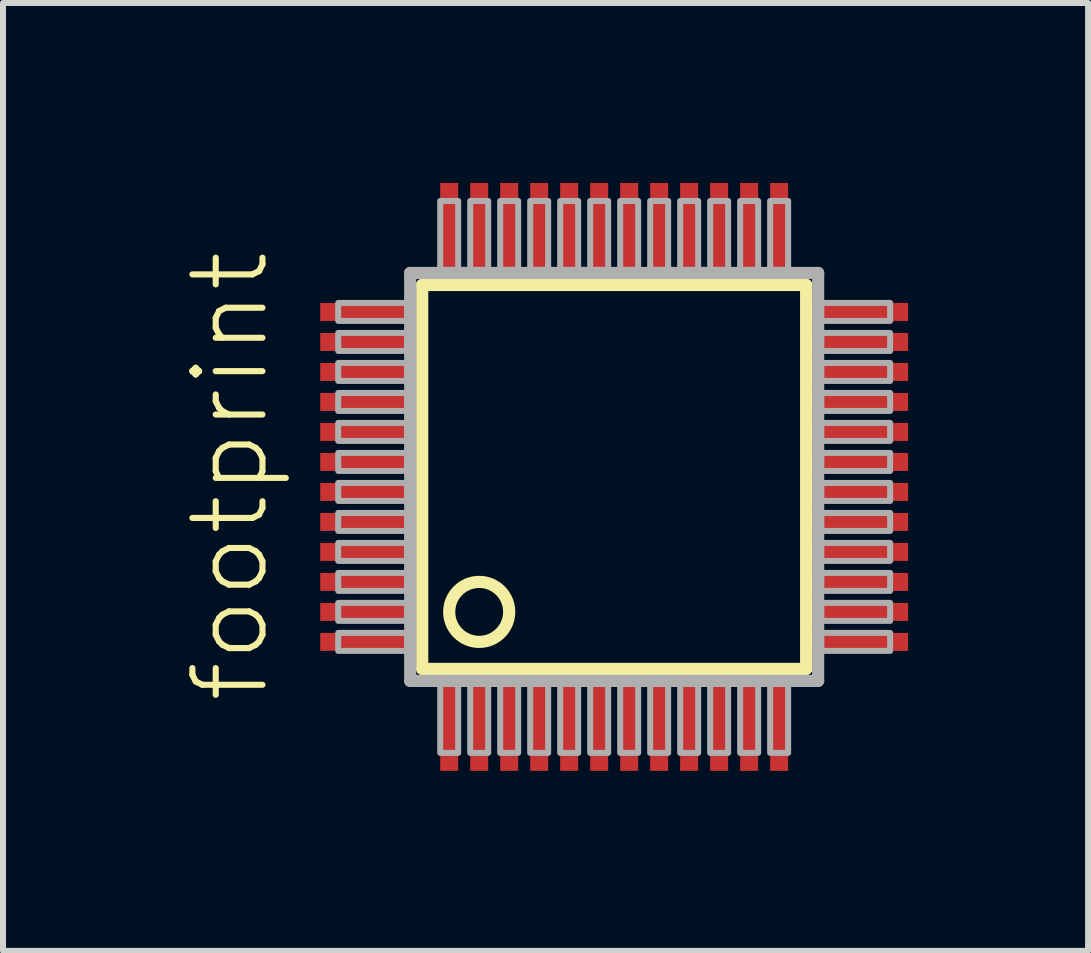
<source format=kicad_pcb>
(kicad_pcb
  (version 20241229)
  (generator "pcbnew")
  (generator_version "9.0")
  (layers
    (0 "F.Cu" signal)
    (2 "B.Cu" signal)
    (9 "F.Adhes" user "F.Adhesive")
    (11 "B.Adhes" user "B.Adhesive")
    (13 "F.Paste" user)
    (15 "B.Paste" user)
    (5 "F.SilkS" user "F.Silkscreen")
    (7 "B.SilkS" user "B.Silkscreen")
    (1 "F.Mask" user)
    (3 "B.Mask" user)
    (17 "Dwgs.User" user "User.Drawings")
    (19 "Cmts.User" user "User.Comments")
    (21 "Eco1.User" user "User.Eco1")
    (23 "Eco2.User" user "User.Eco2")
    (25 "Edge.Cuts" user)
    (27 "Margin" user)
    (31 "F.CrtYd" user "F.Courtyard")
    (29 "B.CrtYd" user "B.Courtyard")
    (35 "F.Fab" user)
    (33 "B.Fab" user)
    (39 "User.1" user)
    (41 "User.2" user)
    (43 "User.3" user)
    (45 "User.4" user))
  (footprint "footprint"
    (layer "F.Cu")
    (at 7.188 4.9)
    (property "Reference" "footprint" (at -5.715 3.81 90) (layer "F.SilkS") (effects (font (size 1.168 1.168) (thickness 0.102)) (justify left bottom)))
    (fp_line (start -3.2 -3.2) (end 3.2 -3.2) (stroke (width 0.203) (type solid)) (layer "F.SilkS"))
    (fp_line (start -3.2 3.2) (end -3.2 -3.2) (stroke (width 0.203) (type solid)) (layer "F.SilkS"))
    (fp_line (start 3.2 -3.2) (end 3.2 3.2) (stroke (width 0.203) (type solid)) (layer "F.SilkS"))
    (fp_line (start 3.2 3.2) (end -3.2 3.2) (stroke (width 0.203) (type solid)) (layer "F.SilkS"))
    (fp_circle (center -2.25 2.25) (end -1.75 2.25) (stroke (width 0.203) (type solid)) (fill no) (layer "F.SilkS"))
    (fp_line (start -3.4 -3.4) (end -3.4 3.4) (stroke (width 0.203) (type solid)) (layer "F.Fab"))
    (fp_line (start -3.4 3.4) (end 3.4 3.4) (stroke (width 0.203) (type solid)) (layer "F.Fab"))
    (fp_line (start 3.4 -3.4) (end -3.4 -3.4) (stroke (width 0.203) (type solid)) (layer "F.Fab"))
    (fp_line (start 3.4 3.4) (end 3.4 -3.4) (stroke (width 0.203) (type solid)) (layer "F.Fab"))
    (fp_poly (pts (xy -4.6 -2.6) (xy -3.45 -2.6) (xy -3.45 -2.9) (xy -4.6 -2.9)) (stroke (width 0.1) (type solid)) (fill no) (layer "F.Fab"))
    (fp_poly (pts (xy -4.6 -2.1) (xy -3.45 -2.1) (xy -3.45 -2.4) (xy -4.6 -2.4)) (stroke (width 0.1) (type solid)) (fill no) (layer "F.Fab"))
    (fp_poly (pts (xy -4.6 -1.6) (xy -3.45 -1.6) (xy -3.45 -1.9) (xy -4.6 -1.9)) (stroke (width 0.1) (type solid)) (fill no) (layer "F.Fab"))
    (fp_poly (pts (xy -4.6 -1.1) (xy -3.45 -1.1) (xy -3.45 -1.4) (xy -4.6 -1.4)) (stroke (width 0.1) (type solid)) (fill no) (layer "F.Fab"))
    (fp_poly (pts (xy -4.6 -0.6) (xy -3.45 -0.6) (xy -3.45 -0.9) (xy -4.6 -0.9)) (stroke (width 0.1) (type solid)) (fill no) (layer "F.Fab"))
    (fp_poly (pts (xy -4.6 -0.1) (xy -3.45 -0.1) (xy -3.45 -0.4) (xy -4.6 -0.4)) (stroke (width 0.1) (type solid)) (fill no) (layer "F.Fab"))
    (fp_poly (pts (xy -4.6 0.4) (xy -3.45 0.4) (xy -3.45 0.1) (xy -4.6 0.1)) (stroke (width 0.1) (type solid)) (fill no) (layer "F.Fab"))
    (fp_poly (pts (xy -4.6 0.9) (xy -3.45 0.9) (xy -3.45 0.6) (xy -4.6 0.6)) (stroke (width 0.1) (type solid)) (fill no) (layer "F.Fab"))
    (fp_poly (pts (xy -4.6 1.4) (xy -3.45 1.4) (xy -3.45 1.1) (xy -4.6 1.1)) (stroke (width 0.1) (type solid)) (fill no) (layer "F.Fab"))
    (fp_poly (pts (xy -4.6 1.9) (xy -3.45 1.9) (xy -3.45 1.6) (xy -4.6 1.6)) (stroke (width 0.1) (type solid)) (fill no) (layer "F.Fab"))
    (fp_poly (pts (xy -4.6 2.4) (xy -3.45 2.4) (xy -3.45 2.1) (xy -4.6 2.1)) (stroke (width 0.1) (type solid)) (fill no) (layer "F.Fab"))
    (fp_poly (pts (xy -4.6 2.9) (xy -3.45 2.9) (xy -3.45 2.6) (xy -4.6 2.6)) (stroke (width 0.1) (type solid)) (fill no) (layer "F.Fab"))
    (fp_poly (pts (xy -2.9 -3.45) (xy -2.6 -3.45) (xy -2.6 -4.6) (xy -2.9 -4.6)) (stroke (width 0.1) (type solid)) (fill no) (layer "F.Fab"))
    (fp_poly (pts (xy -2.9 4.6) (xy -2.6 4.6) (xy -2.6 3.45) (xy -2.9 3.45)) (stroke (width 0.1) (type solid)) (fill no) (layer "F.Fab"))
    (fp_poly (pts (xy -2.4 -3.45) (xy -2.1 -3.45) (xy -2.1 -4.6) (xy -2.4 -4.6)) (stroke (width 0.1) (type solid)) (fill no) (layer "F.Fab"))
    (fp_poly (pts (xy -2.4 4.6) (xy -2.1 4.6) (xy -2.1 3.45) (xy -2.4 3.45)) (stroke (width 0.1) (type solid)) (fill no) (layer "F.Fab"))
    (fp_poly (pts (xy -1.9 -3.45) (xy -1.6 -3.45) (xy -1.6 -4.6) (xy -1.9 -4.6)) (stroke (width 0.1) (type solid)) (fill no) (layer "F.Fab"))
    (fp_poly (pts (xy -1.9 4.6) (xy -1.6 4.6) (xy -1.6 3.45) (xy -1.9 3.45)) (stroke (width 0.1) (type solid)) (fill no) (layer "F.Fab"))
    (fp_poly (pts (xy -1.4 -3.45) (xy -1.1 -3.45) (xy -1.1 -4.6) (xy -1.4 -4.6)) (stroke (width 0.1) (type solid)) (fill no) (layer "F.Fab"))
    (fp_poly (pts (xy -1.4 4.6) (xy -1.1 4.6) (xy -1.1 3.45) (xy -1.4 3.45)) (stroke (width 0.1) (type solid)) (fill no) (layer "F.Fab"))
    (fp_poly (pts (xy -0.9 -3.45) (xy -0.6 -3.45) (xy -0.6 -4.6) (xy -0.9 -4.6)) (stroke (width 0.1) (type solid)) (fill no) (layer "F.Fab"))
    (fp_poly (pts (xy -0.9 4.6) (xy -0.6 4.6) (xy -0.6 3.45) (xy -0.9 3.45)) (stroke (width 0.1) (type solid)) (fill no) (layer "F.Fab"))
    (fp_poly (pts (xy -0.4 -3.45) (xy -0.1 -3.45) (xy -0.1 -4.6) (xy -0.4 -4.6)) (stroke (width 0.1) (type solid)) (fill no) (layer "F.Fab"))
    (fp_poly (pts (xy -0.4 4.6) (xy -0.1 4.6) (xy -0.1 3.45) (xy -0.4 3.45)) (stroke (width 0.1) (type solid)) (fill no) (layer "F.Fab"))
    (fp_poly (pts (xy 0.1 -3.45) (xy 0.4 -3.45) (xy 0.4 -4.6) (xy 0.1 -4.6)) (stroke (width 0.1) (type solid)) (fill no) (layer "F.Fab"))
    (fp_poly (pts (xy 0.1 4.6) (xy 0.4 4.6) (xy 0.4 3.45) (xy 0.1 3.45)) (stroke (width 0.1) (type solid)) (fill no) (layer "F.Fab"))
    (fp_poly (pts (xy 0.6 -3.45) (xy 0.9 -3.45) (xy 0.9 -4.6) (xy 0.6 -4.6)) (stroke (width 0.1) (type solid)) (fill no) (layer "F.Fab"))
    (fp_poly (pts (xy 0.6 4.6) (xy 0.9 4.6) (xy 0.9 3.45) (xy 0.6 3.45)) (stroke (width 0.1) (type solid)) (fill no) (layer "F.Fab"))
    (fp_poly (pts (xy 1.1 -3.45) (xy 1.4 -3.45) (xy 1.4 -4.6) (xy 1.1 -4.6)) (stroke (width 0.1) (type solid)) (fill no) (layer "F.Fab"))
    (fp_poly (pts (xy 1.1 4.6) (xy 1.4 4.6) (xy 1.4 3.45) (xy 1.1 3.45)) (stroke (width 0.1) (type solid)) (fill no) (layer "F.Fab"))
    (fp_poly (pts (xy 1.6 -3.45) (xy 1.9 -3.45) (xy 1.9 -4.6) (xy 1.6 -4.6)) (stroke (width 0.1) (type solid)) (fill no) (layer "F.Fab"))
    (fp_poly (pts (xy 1.6 4.6) (xy 1.9 4.6) (xy 1.9 3.45) (xy 1.6 3.45)) (stroke (width 0.1) (type solid)) (fill no) (layer "F.Fab"))
    (fp_poly (pts (xy 2.1 -3.45) (xy 2.4 -3.45) (xy 2.4 -4.6) (xy 2.1 -4.6)) (stroke (width 0.1) (type solid)) (fill no) (layer "F.Fab"))
    (fp_poly (pts (xy 2.1 4.6) (xy 2.4 4.6) (xy 2.4 3.45) (xy 2.1 3.45)) (stroke (width 0.1) (type solid)) (fill no) (layer "F.Fab"))
    (fp_poly (pts (xy 2.6 -3.45) (xy 2.9 -3.45) (xy 2.9 -4.6) (xy 2.6 -4.6)) (stroke (width 0.1) (type solid)) (fill no) (layer "F.Fab"))
    (fp_poly (pts (xy 2.6 4.6) (xy 2.9 4.6) (xy 2.9 3.45) (xy 2.6 3.45)) (stroke (width 0.1) (type solid)) (fill no) (layer "F.Fab"))
    (fp_poly (pts (xy 3.45 -2.6) (xy 4.6 -2.6) (xy 4.6 -2.9) (xy 3.45 -2.9)) (stroke (width 0.1) (type solid)) (fill no) (layer "F.Fab"))
    (fp_poly (pts (xy 3.45 -2.1) (xy 4.6 -2.1) (xy 4.6 -2.4) (xy 3.45 -2.4)) (stroke (width 0.1) (type solid)) (fill no) (layer "F.Fab"))
    (fp_poly (pts (xy 3.45 -1.6) (xy 4.6 -1.6) (xy 4.6 -1.9) (xy 3.45 -1.9)) (stroke (width 0.1) (type solid)) (fill no) (layer "F.Fab"))
    (fp_poly (pts (xy 3.45 -1.1) (xy 4.6 -1.1) (xy 4.6 -1.4) (xy 3.45 -1.4)) (stroke (width 0.1) (type solid)) (fill no) (layer "F.Fab"))
    (fp_poly (pts (xy 3.45 -0.6) (xy 4.6 -0.6) (xy 4.6 -0.9) (xy 3.45 -0.9)) (stroke (width 0.1) (type solid)) (fill no) (layer "F.Fab"))
    (fp_poly (pts (xy 3.45 -0.1) (xy 4.6 -0.1) (xy 4.6 -0.4) (xy 3.45 -0.4)) (stroke (width 0.1) (type solid)) (fill no) (layer "F.Fab"))
    (fp_poly (pts (xy 3.45 0.4) (xy 4.6 0.4) (xy 4.6 0.1) (xy 3.45 0.1)) (stroke (width 0.1) (type solid)) (fill no) (layer "F.Fab"))
    (fp_poly (pts (xy 3.45 0.9) (xy 4.6 0.9) (xy 4.6 0.6) (xy 3.45 0.6)) (stroke (width 0.1) (type solid)) (fill no) (layer "F.Fab"))
    (fp_poly (pts (xy 3.45 1.4) (xy 4.6 1.4) (xy 4.6 1.1) (xy 3.45 1.1)) (stroke (width 0.1) (type solid)) (fill no) (layer "F.Fab"))
    (fp_poly (pts (xy 3.45 1.9) (xy 4.6 1.9) (xy 4.6 1.6) (xy 3.45 1.6)) (stroke (width 0.1) (type solid)) (fill no) (layer "F.Fab"))
    (fp_poly (pts (xy 3.45 2.4) (xy 4.6 2.4) (xy 4.6 2.1) (xy 3.45 2.1)) (stroke (width 0.1) (type solid)) (fill no) (layer "F.Fab"))
    (fp_poly (pts (xy 3.45 2.9) (xy 4.6 2.9) (xy 4.6 2.6) (xy 3.45 2.6)) (stroke (width 0.1) (type solid)) (fill no) (layer "F.Fab"))
    (pad "1" smd rect (at -2.75 4.1) (size 0.3 1.6) (layers "F.Cu" "F.Mask" "F.Paste"))
    (pad "2" smd rect (at -2.25 4.1) (size 0.3 1.6) (layers "F.Cu" "F.Mask" "F.Paste"))
    (pad "3" smd rect (at -1.75 4.1) (size 0.3 1.6) (layers "F.Cu" "F.Mask" "F.Paste"))
    (pad "4" smd rect (at -1.25 4.1) (size 0.3 1.6) (layers "F.Cu" "F.Mask" "F.Paste"))
    (pad "5" smd rect (at -0.75 4.1) (size 0.3 1.6) (layers "F.Cu" "F.Mask" "F.Paste"))
    (pad "6" smd rect (at -0.25 4.1) (size 0.3 1.6) (layers "F.Cu" "F.Mask" "F.Paste"))
    (pad "7" smd rect (at 0.25 4.1) (size 0.3 1.6) (layers "F.Cu" "F.Mask" "F.Paste"))
    (pad "8" smd rect (at 0.75 4.1) (size 0.3 1.6) (layers "F.Cu" "F.Mask" "F.Paste"))
    (pad "9" smd rect (at 1.25 4.1) (size 0.3 1.6) (layers "F.Cu" "F.Mask" "F.Paste"))
    (pad "10" smd rect (at 1.75 4.1) (size 0.3 1.6) (layers "F.Cu" "F.Mask" "F.Paste"))
    (pad "11" smd rect (at 2.25 4.1) (size 0.3 1.6) (layers "F.Cu" "F.Mask" "F.Paste"))
    (pad "12" smd rect (at 2.75 4.1) (size 0.3 1.6) (layers "F.Cu" "F.Mask" "F.Paste"))
    (pad "13" smd rect (at 4.1 2.75) (size 1.6 0.3) (layers "F.Cu" "F.Mask" "F.Paste"))
    (pad "14" smd rect (at 4.1 2.25) (size 1.6 0.3) (layers "F.Cu" "F.Mask" "F.Paste"))
    (pad "15" smd rect (at 4.1 1.75) (size 1.6 0.3) (layers "F.Cu" "F.Mask" "F.Paste"))
    (pad "16" smd rect (at 4.1 1.25) (size 1.6 0.3) (layers "F.Cu" "F.Mask" "F.Paste"))
    (pad "17" smd rect (at 4.1 0.75) (size 1.6 0.3) (layers "F.Cu" "F.Mask" "F.Paste"))
    (pad "18" smd rect (at 4.1 0.25) (size 1.6 0.3) (layers "F.Cu" "F.Mask" "F.Paste"))
    (pad "19" smd rect (at 4.1 -0.25) (size 1.6 0.3) (layers "F.Cu" "F.Mask" "F.Paste"))
    (pad "20" smd rect (at 4.1 -0.75) (size 1.6 0.3) (layers "F.Cu" "F.Mask" "F.Paste"))
    (pad "21" smd rect (at 4.1 -1.25) (size 1.6 0.3) (layers "F.Cu" "F.Mask" "F.Paste"))
    (pad "22" smd rect (at 4.1 -1.75) (size 1.6 0.3) (layers "F.Cu" "F.Mask" "F.Paste"))
    (pad "23" smd rect (at 4.1 -2.25) (size 1.6 0.3) (layers "F.Cu" "F.Mask" "F.Paste"))
    (pad "24" smd rect (at 4.1 -2.75) (size 1.6 0.3) (layers "F.Cu" "F.Mask" "F.Paste"))
    (pad "25" smd rect (at 2.75 -4.1) (size 0.3 1.6) (layers "F.Cu" "F.Mask" "F.Paste"))
    (pad "26" smd rect (at 2.25 -4.1) (size 0.3 1.6) (layers "F.Cu" "F.Mask" "F.Paste"))
    (pad "27" smd rect (at 1.75 -4.1) (size 0.3 1.6) (layers "F.Cu" "F.Mask" "F.Paste"))
    (pad "28" smd rect (at 1.25 -4.1) (size 0.3 1.6) (layers "F.Cu" "F.Mask" "F.Paste"))
    (pad "29" smd rect (at 0.75 -4.1) (size 0.3 1.6) (layers "F.Cu" "F.Mask" "F.Paste"))
    (pad "30" smd rect (at 0.25 -4.1) (size 0.3 1.6) (layers "F.Cu" "F.Mask" "F.Paste"))
    (pad "31" smd rect (at -0.25 -4.1) (size 0.3 1.6) (layers "F.Cu" "F.Mask" "F.Paste"))
    (pad "32" smd rect (at -0.75 -4.1) (size 0.3 1.6) (layers "F.Cu" "F.Mask" "F.Paste"))
    (pad "33" smd rect (at -1.25 -4.1) (size 0.3 1.6) (layers "F.Cu" "F.Mask" "F.Paste"))
    (pad "34" smd rect (at -1.75 -4.1) (size 0.3 1.6) (layers "F.Cu" "F.Mask" "F.Paste"))
    (pad "35" smd rect (at -2.25 -4.1) (size 0.3 1.6) (layers "F.Cu" "F.Mask" "F.Paste"))
    (pad "36" smd rect (at -2.75 -4.1) (size 0.3 1.6) (layers "F.Cu" "F.Mask" "F.Paste"))
    (pad "37" smd rect (at -4.1 -2.75) (size 1.6 0.3) (layers "F.Cu" "F.Mask" "F.Paste"))
    (pad "38" smd rect (at -4.1 -2.25) (size 1.6 0.3) (layers "F.Cu" "F.Mask" "F.Paste"))
    (pad "39" smd rect (at -4.1 -1.75) (size 1.6 0.3) (layers "F.Cu" "F.Mask" "F.Paste"))
    (pad "40" smd rect (at -4.1 -1.25) (size 1.6 0.3) (layers "F.Cu" "F.Mask" "F.Paste"))
    (pad "41" smd rect (at -4.1 -0.75) (size 1.6 0.3) (layers "F.Cu" "F.Mask" "F.Paste"))
    (pad "42" smd rect (at -4.1 -0.25) (size 1.6 0.3) (layers "F.Cu" "F.Mask" "F.Paste"))
    (pad "43" smd rect (at -4.1 0.25) (size 1.6 0.3) (layers "F.Cu" "F.Mask" "F.Paste"))
    (pad "44" smd rect (at -4.1 0.75) (size 1.6 0.3) (layers "F.Cu" "F.Mask" "F.Paste"))
    (pad "45" smd rect (at -4.1 1.25) (size 1.6 0.3) (layers "F.Cu" "F.Mask" "F.Paste"))
    (pad "46" smd rect (at -4.1 1.75) (size 1.6 0.3) (layers "F.Cu" "F.Mask" "F.Paste"))
    (pad "47" smd rect (at -4.1 2.25) (size 1.6 0.3) (layers "F.Cu" "F.Mask" "F.Paste"))
    (pad "48" smd rect (at -4.1 2.75) (size 1.6 0.3) (layers "F.Cu" "F.Mask" "F.Paste")))
  (gr_rect
    (start -3 -3)
    (end 15.088 12.8)
    (stroke (width 0.1) (type default))
    (fill no)
    (layer "Edge.Cuts")))
</source>
